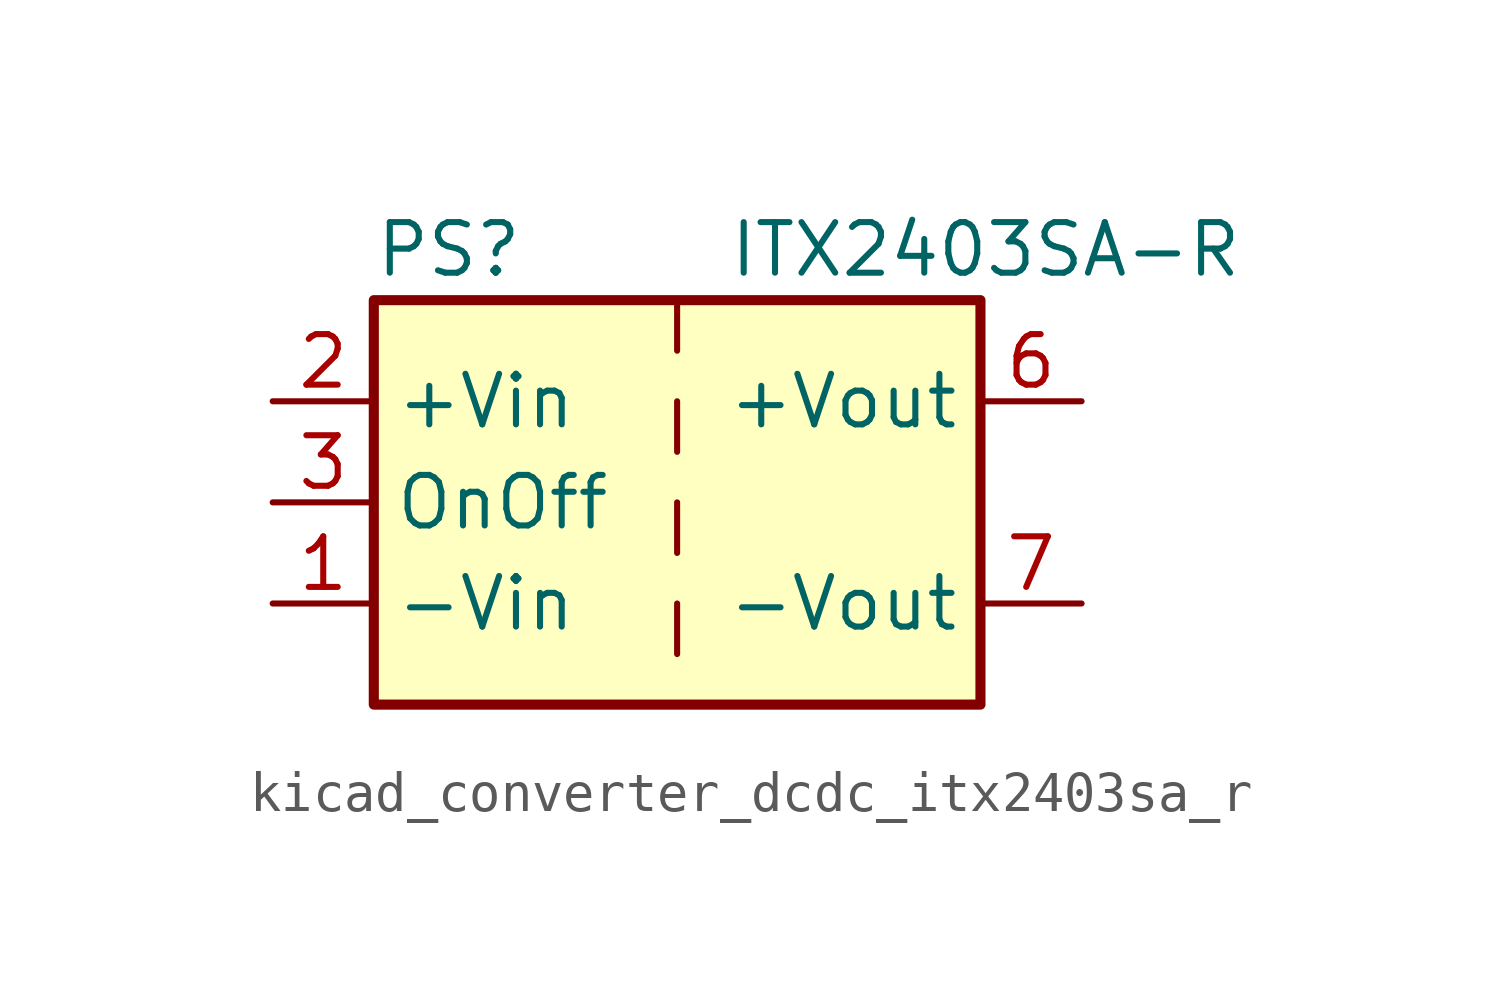
<source format=kicad_sym>
(kicad_symbol_lib
  (version 20220914)
  (generator kicad_symbol_editor)
  (symbol "kicad_converter_dcdc_itx2403sa_r"
    (property "Reference" "PS"
      (at -7.62 6.35 0)
      (effects (font (size 1.27 1.27)) (justify left)))
    (property "Value" "ITX2403SA-R"
      (at 1.27 6.35 0)
      (effects (font (size 1.27 1.27)) (justify left)))
    (symbol "kicad_converter_dcdc_itx2403sa_r_0_0"
      (pin power_in line (at -10.16 -2.54 0) (length 2.54) (name "-Vin" (effects (font (size 1.27 1.27)))) (number "1" (effects (font (size 1.27 1.27)))))
      (pin power_in line (at -10.16 2.54 0) (length 2.54) (name "+Vin" (effects (font (size 1.27 1.27)))) (number "2" (effects (font (size 1.27 1.27)))))
      (pin input line (at -10.16 0 0) (length 2.54) (name "OnOff" (effects (font (size 1.27 1.27)))) (number "3" (effects (font (size 1.27 1.27)))))
      (pin no_connect line (at 0 5.08 270) (length 2.54) hide (name "NC" (effects (font (size 1.27 1.27)))) (number "5" (effects (font (size 1.27 1.27)))))
      (pin power_out line (at 10.16 2.54 180) (length 2.54) (name "+Vout" (effects (font (size 1.27 1.27)))) (number "6" (effects (font (size 1.27 1.27)))))
      (pin power_out line (at 10.16 -2.54 180) (length 2.54) (name "-Vout" (effects (font (size 1.27 1.27)))) (number "7" (effects (font (size 1.27 1.27)))))
      (pin no_connect line (at 7.62 0 180) (length 2.54) hide (name "NC" (effects (font (size 1.27 1.27)))) (number "8" (effects (font (size 1.27 1.27))))))
    (symbol "kicad_converter_dcdc_itx2403sa_r_0_1"
      (rectangle (start -7.62 5.08) (end 7.62 -5.08) (stroke (width 0.254) (type default)) (fill (type background)))
      (polyline (pts (xy 0 -2.54) (xy 0 -3.81)) (stroke (width 0) (type default)) (fill (type none)))
      (polyline (pts (xy 0 0) (xy 0 -1.27)) (stroke (width 0) (type default)) (fill (type none)))
      (polyline (pts (xy 0 2.54) (xy 0 1.27)) (stroke (width 0) (type default)) (fill (type none)))
      (polyline (pts (xy 0 5.08) (xy 0 3.81)) (stroke (width 0) (type default)) (fill (type none))))))
</source>
